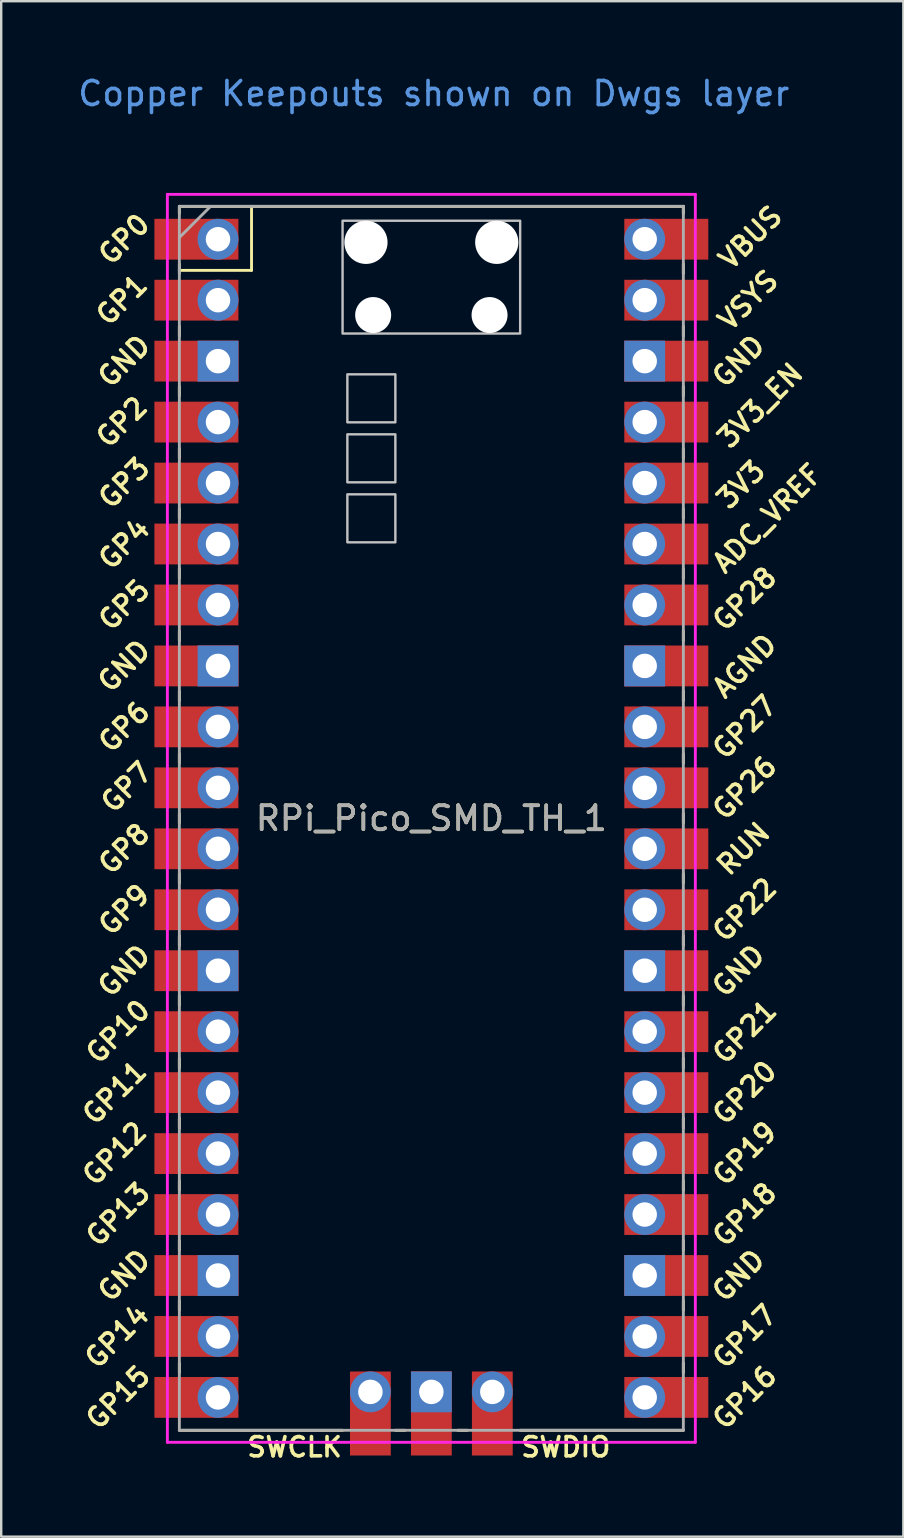
<source format=kicad_pcb>
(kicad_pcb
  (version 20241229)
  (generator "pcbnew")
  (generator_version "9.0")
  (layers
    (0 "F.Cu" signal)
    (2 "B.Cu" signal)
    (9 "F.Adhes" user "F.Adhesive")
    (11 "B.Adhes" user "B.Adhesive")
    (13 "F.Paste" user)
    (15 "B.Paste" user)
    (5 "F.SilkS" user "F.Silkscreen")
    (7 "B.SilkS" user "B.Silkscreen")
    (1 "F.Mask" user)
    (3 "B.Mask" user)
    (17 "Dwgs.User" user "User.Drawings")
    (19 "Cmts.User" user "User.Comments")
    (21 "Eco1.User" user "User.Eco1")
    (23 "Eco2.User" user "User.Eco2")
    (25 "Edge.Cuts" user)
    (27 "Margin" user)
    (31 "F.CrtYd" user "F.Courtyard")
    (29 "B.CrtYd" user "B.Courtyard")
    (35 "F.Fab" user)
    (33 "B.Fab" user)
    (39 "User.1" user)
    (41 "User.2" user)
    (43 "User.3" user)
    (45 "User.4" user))
  (footprint "RPi_Pico_SMD_TH_1"
    (layer "F.Cu")
    (at 14.924 31.048)
    (property "Reference" "RPi_Pico_SMD_TH_1" (at 0 0 0) (layer "F.SilkS") (effects (font (size 1 1) (thickness 0.15))))
    (attr through_hole)
    (fp_line (start -10.5 -25.5) (end -10.5 -25.2) (stroke (width 0.12) (type solid)) (layer "F.SilkS"))
    (fp_line (start -10.5 -25.5) (end 10.5 -25.5) (stroke (width 0.12) (type solid)) (layer "F.SilkS"))
    (fp_line (start -10.5 -23.1) (end -10.5 -22.7) (stroke (width 0.12) (type solid)) (layer "F.SilkS"))
    (fp_line (start -10.5 -22.833) (end -7.493 -22.833) (stroke (width 0.12) (type solid)) (layer "F.SilkS"))
    (fp_line (start -10.5 -20.5) (end -10.5 -20.1) (stroke (width 0.12) (type solid)) (layer "F.SilkS"))
    (fp_line (start -10.5 -18) (end -10.5 -17.6) (stroke (width 0.12) (type solid)) (layer "F.SilkS"))
    (fp_line (start -10.5 -15.4) (end -10.5 -15) (stroke (width 0.12) (type solid)) (layer "F.SilkS"))
    (fp_line (start -10.5 -12.9) (end -10.5 -12.5) (stroke (width 0.12) (type solid)) (layer "F.SilkS"))
    (fp_line (start -10.5 -10.4) (end -10.5 -10) (stroke (width 0.12) (type solid)) (layer "F.SilkS"))
    (fp_line (start -10.5 -7.8) (end -10.5 -7.4) (stroke (width 0.12) (type solid)) (layer "F.SilkS"))
    (fp_line (start -10.5 -5.3) (end -10.5 -4.9) (stroke (width 0.12) (type solid)) (layer "F.SilkS"))
    (fp_line (start -10.5 -2.7) (end -10.5 -2.3) (stroke (width 0.12) (type solid)) (layer "F.SilkS"))
    (fp_line (start -10.5 -0.2) (end -10.5 0.2) (stroke (width 0.12) (type solid)) (layer "F.SilkS"))
    (fp_line (start -10.5 2.3) (end -10.5 2.7) (stroke (width 0.12) (type solid)) (layer "F.SilkS"))
    (fp_line (start -10.5 4.9) (end -10.5 5.3) (stroke (width 0.12) (type solid)) (layer "F.SilkS"))
    (fp_line (start -10.5 7.4) (end -10.5 7.8) (stroke (width 0.12) (type solid)) (layer "F.SilkS"))
    (fp_line (start -10.5 10) (end -10.5 10.4) (stroke (width 0.12) (type solid)) (layer "F.SilkS"))
    (fp_line (start -10.5 12.5) (end -10.5 12.9) (stroke (width 0.12) (type solid)) (layer "F.SilkS"))
    (fp_line (start -10.5 15.1) (end -10.5 15.5) (stroke (width 0.12) (type solid)) (layer "F.SilkS"))
    (fp_line (start -10.5 17.6) (end -10.5 18) (stroke (width 0.12) (type solid)) (layer "F.SilkS"))
    (fp_line (start -10.5 20.1) (end -10.5 20.5) (stroke (width 0.12) (type solid)) (layer "F.SilkS"))
    (fp_line (start -10.5 22.7) (end -10.5 23.1) (stroke (width 0.12) (type solid)) (layer "F.SilkS"))
    (fp_line (start -7.493 -22.833) (end -7.493 -25.5) (stroke (width 0.12) (type solid)) (layer "F.SilkS"))
    (fp_line (start -3.7 25.5) (end -10.5 25.5) (stroke (width 0.12) (type solid)) (layer "F.SilkS"))
    (fp_line (start -1.5 25.5) (end -1.1 25.5) (stroke (width 0.12) (type solid)) (layer "F.SilkS"))
    (fp_line (start 1.1 25.5) (end 1.5 25.5) (stroke (width 0.12) (type solid)) (layer "F.SilkS"))
    (fp_line (start 10.5 -25.5) (end 10.5 -25.2) (stroke (width 0.12) (type solid)) (layer "F.SilkS"))
    (fp_line (start 10.5 -23.1) (end 10.5 -22.7) (stroke (width 0.12) (type solid)) (layer "F.SilkS"))
    (fp_line (start 10.5 -20.5) (end 10.5 -20.1) (stroke (width 0.12) (type solid)) (layer "F.SilkS"))
    (fp_line (start 10.5 -18) (end 10.5 -17.6) (stroke (width 0.12) (type solid)) (layer "F.SilkS"))
    (fp_line (start 10.5 -15.4) (end 10.5 -15) (stroke (width 0.12) (type solid)) (layer "F.SilkS"))
    (fp_line (start 10.5 -12.9) (end 10.5 -12.5) (stroke (width 0.12) (type solid)) (layer "F.SilkS"))
    (fp_line (start 10.5 -10.4) (end 10.5 -10) (stroke (width 0.12) (type solid)) (layer "F.SilkS"))
    (fp_line (start 10.5 -7.8) (end 10.5 -7.4) (stroke (width 0.12) (type solid)) (layer "F.SilkS"))
    (fp_line (start 10.5 -5.3) (end 10.5 -4.9) (stroke (width 0.12) (type solid)) (layer "F.SilkS"))
    (fp_line (start 10.5 -2.7) (end 10.5 -2.3) (stroke (width 0.12) (type solid)) (layer "F.SilkS"))
    (fp_line (start 10.5 -0.2) (end 10.5 0.2) (stroke (width 0.12) (type solid)) (layer "F.SilkS"))
    (fp_line (start 10.5 2.3) (end 10.5 2.7) (stroke (width 0.12) (type solid)) (layer "F.SilkS"))
    (fp_line (start 10.5 4.9) (end 10.5 5.3) (stroke (width 0.12) (type solid)) (layer "F.SilkS"))
    (fp_line (start 10.5 7.4) (end 10.5 7.8) (stroke (width 0.12) (type solid)) (layer "F.SilkS"))
    (fp_line (start 10.5 10) (end 10.5 10.4) (stroke (width 0.12) (type solid)) (layer "F.SilkS"))
    (fp_line (start 10.5 12.5) (end 10.5 12.9) (stroke (width 0.12) (type solid)) (layer "F.SilkS"))
    (fp_line (start 10.5 15.1) (end 10.5 15.5) (stroke (width 0.12) (type solid)) (layer "F.SilkS"))
    (fp_line (start 10.5 17.6) (end 10.5 18) (stroke (width 0.12) (type solid)) (layer "F.SilkS"))
    (fp_line (start 10.5 20.1) (end 10.5 20.5) (stroke (width 0.12) (type solid)) (layer "F.SilkS"))
    (fp_line (start 10.5 22.7) (end 10.5 23.1) (stroke (width 0.12) (type solid)) (layer "F.SilkS"))
    (fp_line (start 10.5 25.5) (end 3.7 25.5) (stroke (width 0.12) (type solid)) (layer "F.SilkS"))
    (fp_poly (pts (xy -1.5 -16.5) (xy -3.5 -16.5) (xy -3.5 -18.5) (xy -1.5 -18.5)) (stroke (width 0.1) (type solid)) (fill no) (layer "Dwgs.User"))
    (fp_poly (pts (xy -1.5 -14) (xy -3.5 -14) (xy -3.5 -16) (xy -1.5 -16)) (stroke (width 0.1) (type solid)) (fill no) (layer "Dwgs.User"))
    (fp_poly (pts (xy -1.5 -11.5) (xy -3.5 -11.5) (xy -3.5 -13.5) (xy -1.5 -13.5)) (stroke (width 0.1) (type solid)) (fill no) (layer "Dwgs.User"))
    (fp_poly (pts (xy 3.7 -20.2) (xy -3.7 -20.2) (xy -3.7 -24.9) (xy 3.7 -24.9)) (stroke (width 0.1) (type solid)) (fill no) (layer "Dwgs.User"))
    (fp_line (start -11 -26) (end 11 -26) (stroke (width 0.12) (type solid)) (layer "F.CrtYd"))
    (fp_line (start -11 26) (end -11 -26) (stroke (width 0.12) (type solid)) (layer "F.CrtYd"))
    (fp_line (start 11 -26) (end 11 26) (stroke (width 0.12) (type solid)) (layer "F.CrtYd"))
    (fp_line (start 11 26) (end -11 26) (stroke (width 0.12) (type solid)) (layer "F.CrtYd"))
    (fp_line (start -10.5 -25.5) (end 10.5 -25.5) (stroke (width 0.12) (type solid)) (layer "F.Fab"))
    (fp_line (start -10.5 -24.2) (end -9.2 -25.5) (stroke (width 0.12) (type solid)) (layer "F.Fab"))
    (fp_line (start -10.5 25.5) (end -10.5 -25.5) (stroke (width 0.12) (type solid)) (layer "F.Fab"))
    (fp_line (start 10.5 -25.5) (end 10.5 25.5) (stroke (width 0.12) (type solid)) (layer "F.Fab"))
    (fp_line (start 10.5 25.5) (end -10.5 25.5) (stroke (width 0.12) (type solid)) (layer "F.Fab"))
    (fp_text user "GP21" (at 13.054 8.9 45) (layer "F.SilkS") (effects (font (size 0.8 0.8) (thickness 0.15))))
    (fp_text user "GP12" (at -13.2 13.97 45) (layer "F.SilkS") (effects (font (size 0.8 0.8) (thickness 0.15))))
    (fp_text user "GND" (at 12.8 19.05 45) (layer "F.SilkS") (effects (font (size 0.8 0.8) (thickness 0.15))))
    (fp_text user "GP15" (at -13.054 24.13 45) (layer "F.SilkS") (effects (font (size 0.8 0.8) (thickness 0.15))))
    (fp_text user "GND" (at -12.8 19.05 45) (layer "F.SilkS") (effects (font (size 0.8 0.8) (thickness 0.15))))
    (fp_text user "SWCLK" (at -5.7 26.2 0) (layer "F.SilkS") (effects (font (size 0.8 0.8) (thickness 0.15))))
    (fp_text user "3V3_EN" (at 13.7 -17.2 45) (layer "F.SilkS") (effects (font (size 0.8 0.8) (thickness 0.15))))
    (fp_text user "3V3" (at 12.9 -13.9 45) (layer "F.SilkS") (effects (font (size 0.8 0.8) (thickness 0.15))))
    (fp_text user "GND" (at -12.8 -19.05 45) (layer "F.SilkS") (effects (font (size 0.8 0.8) (thickness 0.15))))
    (fp_text user "GP26" (at 13.054 -1.27 45) (layer "F.SilkS") (effects (font (size 0.8 0.8) (thickness 0.15))))
    (fp_text user "AGND" (at 13.054 -6.35 45) (layer "F.SilkS") (effects (font (size 0.8 0.8) (thickness 0.15))))
    (fp_text user "GP2" (at -12.9 -16.51 45) (layer "F.SilkS") (effects (font (size 0.8 0.8) (thickness 0.15))))
    (fp_text user "GP7" (at -12.7 -1.3 45) (layer "F.SilkS") (effects (font (size 0.8 0.8) (thickness 0.15))))
    (fp_text user "GP17" (at 13.054 21.59 45) (layer "F.SilkS") (effects (font (size 0.8 0.8) (thickness 0.15))))
    (fp_text user "GND" (at -12.8 6.35 45) (layer "F.SilkS") (effects (font (size 0.8 0.8) (thickness 0.15))))
    (fp_text user "GP13" (at -13.054 16.51 45) (layer "F.SilkS") (effects (font (size 0.8 0.8) (thickness 0.15))))
    (fp_text user "GP27" (at 13.054 -3.8 45) (layer "F.SilkS") (effects (font (size 0.8 0.8) (thickness 0.15))))
    (fp_text user "GP18" (at 13.054 16.51 45) (layer "F.SilkS") (effects (font (size 0.8 0.8) (thickness 0.15))))
    (fp_text user "GP9" (at -12.8 3.81 45) (layer "F.SilkS") (effects (font (size 0.8 0.8) (thickness 0.15))))
    (fp_text user "GP14" (at -13.1 21.59 45) (layer "F.SilkS") (effects (font (size 0.8 0.8) (thickness 0.15))))
    (fp_text user "GP0" (at -12.8 -24.13 45) (layer "F.SilkS") (effects (font (size 0.8 0.8) (thickness 0.15))))
    (fp_text user "GP11" (at -13.2 11.43 45) (layer "F.SilkS") (effects (font (size 0.8 0.8) (thickness 0.15))))
    (fp_text user "GP8" (at -12.8 1.27 45) (layer "F.SilkS") (effects (font (size 0.8 0.8) (thickness 0.15))))
    (fp_text user "GP3" (at -12.8 -13.97 45) (layer "F.SilkS") (effects (font (size 0.8 0.8) (thickness 0.15))))
    (fp_text user "VBUS" (at 13.3 -24.2 45) (layer "F.SilkS") (effects (font (size 0.8 0.8) (thickness 0.15))))
    (fp_text user "GP4" (at -12.8 -11.43 45) (layer "F.SilkS") (effects (font (size 0.8 0.8) (thickness 0.15))))
    (fp_text user "SWDIO" (at 5.6 26.2 0) (layer "F.SilkS") (effects (font (size 0.8 0.8) (thickness 0.15))))
    (fp_text user "RUN" (at 13 1.27 45) (layer "F.SilkS") (effects (font (size 0.8 0.8) (thickness 0.15))))
    (fp_text user "GND" (at 12.8 -19.05 45) (layer "F.SilkS") (effects (font (size 0.8 0.8) (thickness 0.15))))
    (fp_text user "GP1" (at -12.9 -21.6 45) (layer "F.SilkS") (effects (font (size 0.8 0.8) (thickness 0.15))))
    (fp_text user "GP5" (at -12.8 -8.89 45) (layer "F.SilkS") (effects (font (size 0.8 0.8) (thickness 0.15))))
    (fp_text user "GP20" (at 13.054 11.43 45) (layer "F.SilkS") (effects (font (size 0.8 0.8) (thickness 0.15))))
    (fp_text user "GP10" (at -13.054 8.89 45) (layer "F.SilkS") (effects (font (size 0.8 0.8) (thickness 0.15))))
    (fp_text user "VSYS" (at 13.2 -21.59 45) (layer "F.SilkS") (effects (font (size 0.8 0.8) (thickness 0.15))))
    (fp_text user "GP16" (at 13.054 24.13 45) (layer "F.SilkS") (effects (font (size 0.8 0.8) (thickness 0.15))))
    (fp_text user "GND" (at -12.8 -6.35 45) (layer "F.SilkS") (effects (font (size 0.8 0.8) (thickness 0.15))))
    (fp_text user "GP22" (at 13.054 3.81 45) (layer "F.SilkS") (effects (font (size 0.8 0.8) (thickness 0.15))))
    (fp_text user "GP6" (at -12.8 -3.81 45) (layer "F.SilkS") (effects (font (size 0.8 0.8) (thickness 0.15))))
    (fp_text user "GP28" (at 13.054 -9.144 45) (layer "F.SilkS") (effects (font (size 0.8 0.8) (thickness 0.15))))
    (fp_text user "GP19" (at 13.054 13.97 45) (layer "F.SilkS") (effects (font (size 0.8 0.8) (thickness 0.15))))
    (fp_text user "ADC_VREF" (at 14 -12.5 45) (layer "F.SilkS") (effects (font (size 0.8 0.8) (thickness 0.15))))
    (fp_text user "GND" (at 12.8 6.35 45) (layer "F.SilkS") (effects (font (size 0.8 0.8) (thickness 0.15))))
    (fp_text user "Copper Keepouts shown on Dwgs layer" (at 0.1 -30.2 0) (layer "Cmts.User") (effects (font (size 1 1) (thickness 0.15))))
    (fp_text user "${REFERENCE}" (at 0 0 180) (layer "F.Fab") (effects (font (size 1 1) (thickness 0.15))))
    (pad "" np_thru_hole oval (at -2.725 -24) (size 1.8 1.8) (drill 1.8) (layers "*.Cu" "*.Mask"))
    (pad "" np_thru_hole oval (at -2.425 -20.97) (size 1.5 1.5) (drill 1.5) (layers "*.Cu" "*.Mask"))
    (pad "" np_thru_hole oval (at 2.425 -20.97) (size 1.5 1.5) (drill 1.5) (layers "*.Cu" "*.Mask"))
    (pad "" np_thru_hole oval (at 2.725 -24) (size 1.8 1.8) (drill 1.8) (layers "*.Cu" "*.Mask"))
    (pad "1" thru_hole oval (at -8.89 -24.13) (size 1.7 1.7) (drill 1.02) (layers "*.Cu" "*.Mask"))
    (pad "1" smd rect (at -8.89 -24.13) (size 3.5 1.7) (drill (offset -0.9 0)) (layers "F.Cu" "F.Mask"))
    (pad "2" thru_hole oval (at -8.89 -21.59) (size 1.7 1.7) (drill 1.02) (layers "*.Cu" "*.Mask"))
    (pad "2" smd rect (at -8.89 -21.59) (size 3.5 1.7) (drill (offset -0.9 0)) (layers "F.Cu" "F.Mask"))
    (pad "3" thru_hole rect (at -8.89 -19.05) (size 1.7 1.7) (drill 1.02) (layers "*.Cu" "*.Mask"))
    (pad "3" smd rect (at -8.89 -19.05) (size 3.5 1.7) (drill (offset -0.9 0)) (layers "F.Cu" "F.Mask"))
    (pad "4" thru_hole oval (at -8.89 -16.51) (size 1.7 1.7) (drill 1.02) (layers "*.Cu" "*.Mask"))
    (pad "4" smd rect (at -8.89 -16.51) (size 3.5 1.7) (drill (offset -0.9 0)) (layers "F.Cu" "F.Mask"))
    (pad "5" thru_hole oval (at -8.89 -13.97) (size 1.7 1.7) (drill 1.02) (layers "*.Cu" "*.Mask"))
    (pad "5" smd rect (at -8.89 -13.97) (size 3.5 1.7) (drill (offset -0.9 0)) (layers "F.Cu" "F.Mask"))
    (pad "6" thru_hole oval (at -8.89 -11.43) (size 1.7 1.7) (drill 1.02) (layers "*.Cu" "*.Mask"))
    (pad "6" smd rect (at -8.89 -11.43) (size 3.5 1.7) (drill (offset -0.9 0)) (layers "F.Cu" "F.Mask"))
    (pad "7" thru_hole oval (at -8.89 -8.89) (size 1.7 1.7) (drill 1.02) (layers "*.Cu" "*.Mask"))
    (pad "7" smd rect (at -8.89 -8.89) (size 3.5 1.7) (drill (offset -0.9 0)) (layers "F.Cu" "F.Mask"))
    (pad "8" thru_hole rect (at -8.89 -6.35) (size 1.7 1.7) (drill 1.02) (layers "*.Cu" "*.Mask"))
    (pad "8" smd rect (at -8.89 -6.35) (size 3.5 1.7) (drill (offset -0.9 0)) (layers "F.Cu" "F.Mask"))
    (pad "9" thru_hole oval (at -8.89 -3.81) (size 1.7 1.7) (drill 1.02) (layers "*.Cu" "*.Mask"))
    (pad "9" smd rect (at -8.89 -3.81) (size 3.5 1.7) (drill (offset -0.9 0)) (layers "F.Cu" "F.Mask"))
    (pad "10" thru_hole oval (at -8.89 -1.27) (size 1.7 1.7) (drill 1.02) (layers "*.Cu" "*.Mask"))
    (pad "10" smd rect (at -8.89 -1.27) (size 3.5 1.7) (drill (offset -0.9 0)) (layers "F.Cu" "F.Mask"))
    (pad "11" thru_hole oval (at -8.89 1.27) (size 1.7 1.7) (drill 1.02) (layers "*.Cu" "*.Mask"))
    (pad "11" smd rect (at -8.89 1.27) (size 3.5 1.7) (drill (offset -0.9 0)) (layers "F.Cu" "F.Mask"))
    (pad "12" thru_hole oval (at -8.89 3.81) (size 1.7 1.7) (drill 1.02) (layers "*.Cu" "*.Mask"))
    (pad "12" smd rect (at -8.89 3.81) (size 3.5 1.7) (drill (offset -0.9 0)) (layers "F.Cu" "F.Mask"))
    (pad "13" thru_hole rect (at -8.89 6.35) (size 1.7 1.7) (drill 1.02) (layers "*.Cu" "*.Mask"))
    (pad "13" smd rect (at -8.89 6.35) (size 3.5 1.7) (drill (offset -0.9 0)) (layers "F.Cu" "F.Mask"))
    (pad "14" thru_hole oval (at -8.89 8.89) (size 1.7 1.7) (drill 1.02) (layers "*.Cu" "*.Mask"))
    (pad "14" smd rect (at -8.89 8.89) (size 3.5 1.7) (drill (offset -0.9 0)) (layers "F.Cu" "F.Mask"))
    (pad "15" thru_hole oval (at -8.89 11.43) (size 1.7 1.7) (drill 1.02) (layers "*.Cu" "*.Mask"))
    (pad "15" smd rect (at -8.89 11.43) (size 3.5 1.7) (drill (offset -0.9 0)) (layers "F.Cu" "F.Mask"))
    (pad "16" thru_hole oval (at -8.89 13.97) (size 1.7 1.7) (drill 1.02) (layers "*.Cu" "*.Mask"))
    (pad "16" smd rect (at -8.89 13.97) (size 3.5 1.7) (drill (offset -0.9 0)) (layers "F.Cu" "F.Mask"))
    (pad "17" thru_hole oval (at -8.89 16.51) (size 1.7 1.7) (drill 1.02) (layers "*.Cu" "*.Mask"))
    (pad "17" smd rect (at -8.89 16.51) (size 3.5 1.7) (drill (offset -0.9 0)) (layers "F.Cu" "F.Mask"))
    (pad "18" thru_hole rect (at -8.89 19.05) (size 1.7 1.7) (drill 1.02) (layers "*.Cu" "*.Mask"))
    (pad "18" smd rect (at -8.89 19.05) (size 3.5 1.7) (drill (offset -0.9 0)) (layers "F.Cu" "F.Mask"))
    (pad "19" thru_hole oval (at -8.89 21.59) (size 1.7 1.7) (drill 1.02) (layers "*.Cu" "*.Mask"))
    (pad "19" smd rect (at -8.89 21.59) (size 3.5 1.7) (drill (offset -0.9 0)) (layers "F.Cu" "F.Mask"))
    (pad "20" thru_hole oval (at -8.89 24.13) (size 1.7 1.7) (drill 1.02) (layers "*.Cu" "*.Mask"))
    (pad "20" smd rect (at -8.89 24.13) (size 3.5 1.7) (drill (offset -0.9 0)) (layers "F.Cu" "F.Mask"))
    (pad "21" thru_hole oval (at 8.89 24.13) (size 1.7 1.7) (drill 1.02) (layers "*.Cu" "*.Mask"))
    (pad "21" smd rect (at 8.89 24.13) (size 3.5 1.7) (drill (offset 0.9 0)) (layers "F.Cu" "F.Mask"))
    (pad "22" thru_hole oval (at 8.89 21.59) (size 1.7 1.7) (drill 1.02) (layers "*.Cu" "*.Mask"))
    (pad "22" smd rect (at 8.89 21.59) (size 3.5 1.7) (drill (offset 0.9 0)) (layers "F.Cu" "F.Mask"))
    (pad "23" thru_hole rect (at 8.89 19.05) (size 1.7 1.7) (drill 1.02) (layers "*.Cu" "*.Mask"))
    (pad "23" smd rect (at 8.89 19.05) (size 3.5 1.7) (drill (offset 0.9 0)) (layers "F.Cu" "F.Mask"))
    (pad "24" thru_hole oval (at 8.89 16.51) (size 1.7 1.7) (drill 1.02) (layers "*.Cu" "*.Mask"))
    (pad "24" smd rect (at 8.89 16.51) (size 3.5 1.7) (drill (offset 0.9 0)) (layers "F.Cu" "F.Mask"))
    (pad "25" thru_hole oval (at 8.89 13.97) (size 1.7 1.7) (drill 1.02) (layers "*.Cu" "*.Mask"))
    (pad "25" smd rect (at 8.89 13.97) (size 3.5 1.7) (drill (offset 0.9 0)) (layers "F.Cu" "F.Mask"))
    (pad "26" thru_hole oval (at 8.89 11.43) (size 1.7 1.7) (drill 1.02) (layers "*.Cu" "*.Mask"))
    (pad "26" smd rect (at 8.89 11.43) (size 3.5 1.7) (drill (offset 0.9 0)) (layers "F.Cu" "F.Mask"))
    (pad "27" thru_hole oval (at 8.89 8.89) (size 1.7 1.7) (drill 1.02) (layers "*.Cu" "*.Mask"))
    (pad "27" smd rect (at 8.89 8.89) (size 3.5 1.7) (drill (offset 0.9 0)) (layers "F.Cu" "F.Mask"))
    (pad "28" thru_hole rect (at 8.89 6.35) (size 1.7 1.7) (drill 1.02) (layers "*.Cu" "*.Mask"))
    (pad "28" smd rect (at 8.89 6.35) (size 3.5 1.7) (drill (offset 0.9 0)) (layers "F.Cu" "F.Mask"))
    (pad "29" thru_hole oval (at 8.89 3.81) (size 1.7 1.7) (drill 1.02) (layers "*.Cu" "*.Mask"))
    (pad "29" smd rect (at 8.89 3.81) (size 3.5 1.7) (drill (offset 0.9 0)) (layers "F.Cu" "F.Mask"))
    (pad "30" thru_hole oval (at 8.89 1.27) (size 1.7 1.7) (drill 1.02) (layers "*.Cu" "*.Mask"))
    (pad "30" smd rect (at 8.89 1.27) (size 3.5 1.7) (drill (offset 0.9 0)) (layers "F.Cu" "F.Mask"))
    (pad "31" thru_hole oval (at 8.89 -1.27) (size 1.7 1.7) (drill 1.02) (layers "*.Cu" "*.Mask"))
    (pad "31" smd rect (at 8.89 -1.27) (size 3.5 1.7) (drill (offset 0.9 0)) (layers "F.Cu" "F.Mask"))
    (pad "32" thru_hole oval (at 8.89 -3.81) (size 1.7 1.7) (drill 1.02) (layers "*.Cu" "*.Mask"))
    (pad "32" smd rect (at 8.89 -3.81) (size 3.5 1.7) (drill (offset 0.9 0)) (layers "F.Cu" "F.Mask"))
    (pad "33" thru_hole rect (at 8.89 -6.35) (size 1.7 1.7) (drill 1.02) (layers "*.Cu" "*.Mask"))
    (pad "33" smd rect (at 8.89 -6.35) (size 3.5 1.7) (drill (offset 0.9 0)) (layers "F.Cu" "F.Mask"))
    (pad "34" thru_hole oval (at 8.89 -8.89) (size 1.7 1.7) (drill 1.02) (layers "*.Cu" "*.Mask"))
    (pad "34" smd rect (at 8.89 -8.89) (size 3.5 1.7) (drill (offset 0.9 0)) (layers "F.Cu" "F.Mask"))
    (pad "35" thru_hole oval (at 8.89 -11.43) (size 1.7 1.7) (drill 1.02) (layers "*.Cu" "*.Mask"))
    (pad "35" smd rect (at 8.89 -11.43) (size 3.5 1.7) (drill (offset 0.9 0)) (layers "F.Cu" "F.Mask"))
    (pad "36" thru_hole oval (at 8.89 -13.97) (size 1.7 1.7) (drill 1.02) (layers "*.Cu" "*.Mask"))
    (pad "36" smd rect (at 8.89 -13.97) (size 3.5 1.7) (drill (offset 0.9 0)) (layers "F.Cu" "F.Mask"))
    (pad "37" thru_hole oval (at 8.89 -16.51) (size 1.7 1.7) (drill 1.02) (layers "*.Cu" "*.Mask"))
    (pad "37" smd rect (at 8.89 -16.51) (size 3.5 1.7) (drill (offset 0.9 0)) (layers "F.Cu" "F.Mask"))
    (pad "38" thru_hole rect (at 8.89 -19.05) (size 1.7 1.7) (drill 1.02) (layers "*.Cu" "*.Mask"))
    (pad "38" smd rect (at 8.89 -19.05) (size 3.5 1.7) (drill (offset 0.9 0)) (layers "F.Cu" "F.Mask"))
    (pad "39" thru_hole oval (at 8.89 -21.59) (size 1.7 1.7) (drill 1.02) (layers "*.Cu" "*.Mask"))
    (pad "39" smd rect (at 8.89 -21.59) (size 3.5 1.7) (drill (offset 0.9 0)) (layers "F.Cu" "F.Mask"))
    (pad "40" thru_hole oval (at 8.89 -24.13) (size 1.7 1.7) (drill 1.02) (layers "*.Cu" "*.Mask"))
    (pad "40" smd rect (at 8.89 -24.13) (size 3.5 1.7) (drill (offset 0.9 0)) (layers "F.Cu" "F.Mask"))
    (pad "41" thru_hole oval (at -2.54 23.9) (size 1.7 1.7) (drill 1.02) (layers "*.Cu" "*.Mask"))
    (pad "41" smd rect (at -2.54 23.9 90) (size 3.5 1.7) (drill (offset -0.9 0)) (layers "F.Cu" "F.Mask"))
    (pad "42" thru_hole rect (at 0 23.9) (size 1.7 1.7) (drill 1.02) (layers "*.Cu" "*.Mask"))
    (pad "42" smd rect (at 0 23.9 90) (size 3.5 1.7) (drill (offset -0.9 0)) (layers "F.Cu" "F.Mask"))
    (pad "43" thru_hole oval (at 2.54 23.9) (size 1.7 1.7) (drill 1.02) (layers "*.Cu" "*.Mask"))
    (pad "43" smd rect (at 2.54 23.9 90) (size 3.5 1.7) (drill (offset -0.9 0)) (layers "F.Cu" "F.Mask")))
  (gr_rect
    (start -3 -3)
    (end 34.591 60.98)
    (stroke (width 0.1) (type default))
    (fill no)
    (layer "Edge.Cuts")))
</source>
